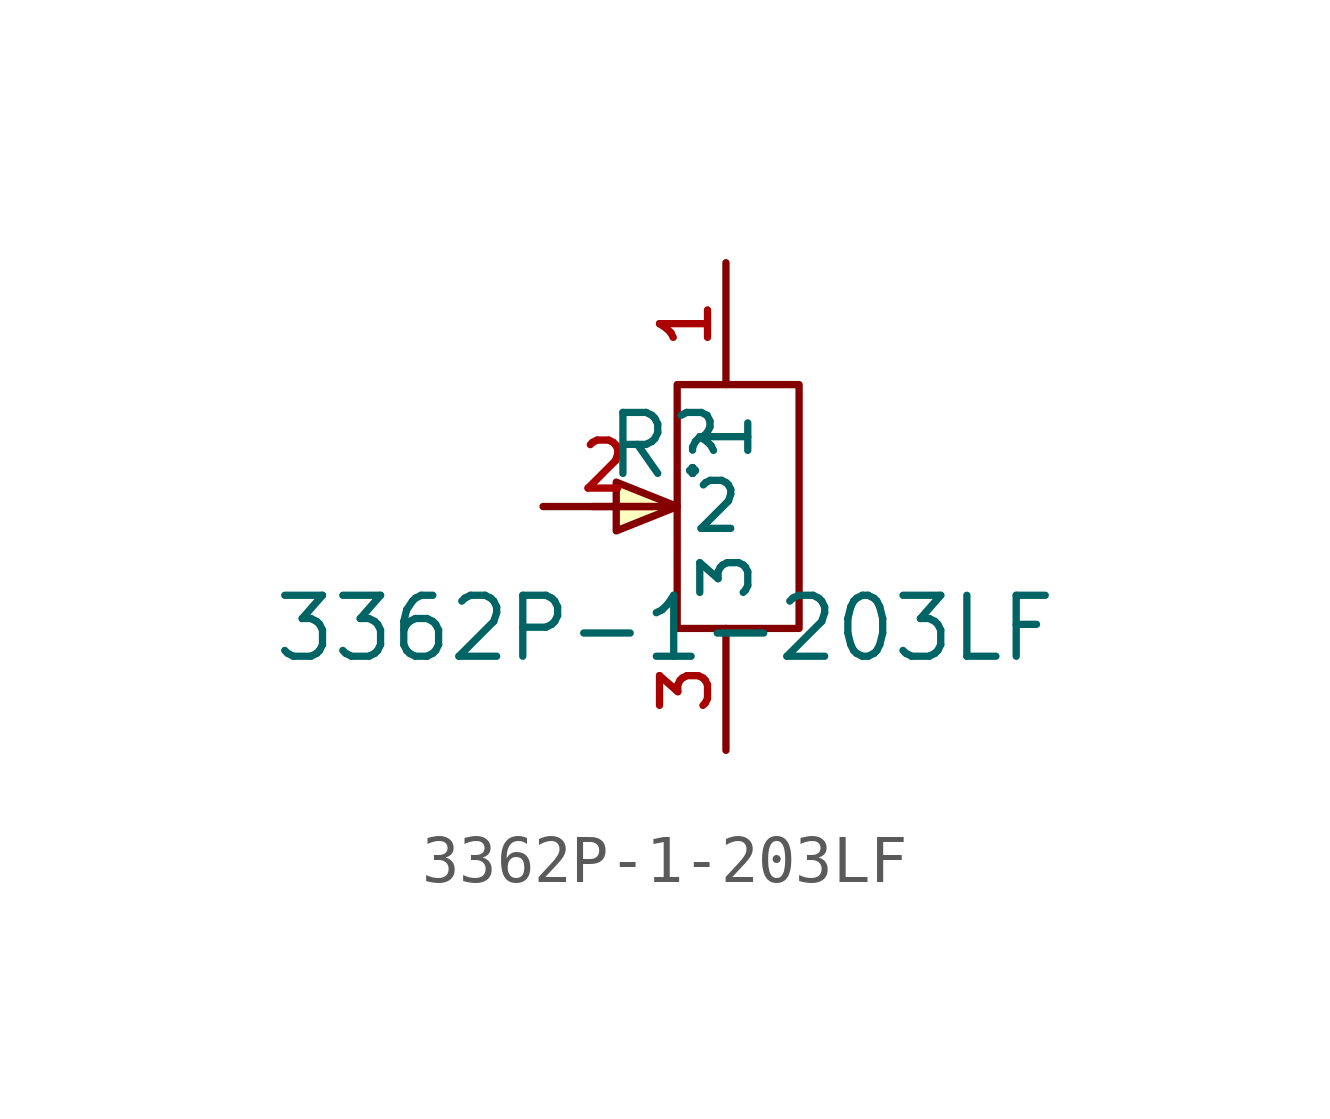
<source format=kicad_sym>
(kicad_symbol_lib
  (version 20210201)
  (generator TousstNicolas/JLC2KiCad_lib)
  (symbol "3362P-1-203LF"
    (property "Reference" "R"
      (at 0 1.27 0)
      (effects (font (size 1.27 1.27))))
    (property "Value" "3362P-1-203LF"
      (at 0 -2.54 0)
      (effects (font (size 1.27 1.27))))
    (symbol "3362P-1-203LF_0_1"
      (pin input line (at 1.27 5.08 270) (length 2.54) (name "1" (effects (font (size 1 1)))) (number "1" (effects (font (size 1 1)))))
      (polyline (pts (xy 0.254 -2.54) (xy 0.254 2.54) (xy 2.794 2.54) (xy 2.794 -2.54) (xy 0.254 -2.54)) (stroke (width 0) (type default) (color 0 0 0 0)) (fill (type none)))
      (pin input line (at -2.54 -0.0 0) (length 2.54) (name "2" (effects (font (size 1 1)))) (number "2" (effects (font (size 1 1)))))
      (pin input line (at 1.27 -5.08 90) (length 2.54) (name "3" (effects (font (size 1 1)))) (number "3" (effects (font (size 1 1)))))
      (polyline (pts (xy -0.254 -0.0) (xy -1.524 -0.0)) (stroke (width 0) (type default) (color 0 0 0 0)) (fill (type none)))
      (polyline (pts (xy 0.254 -0.0) (xy -1.016 -0.508) (xy -1.016 0.508) (xy 0.254 -0.0)) (stroke (width 0) (type default) (color 0 0 0 0)) (fill (type background))))))
</source>
